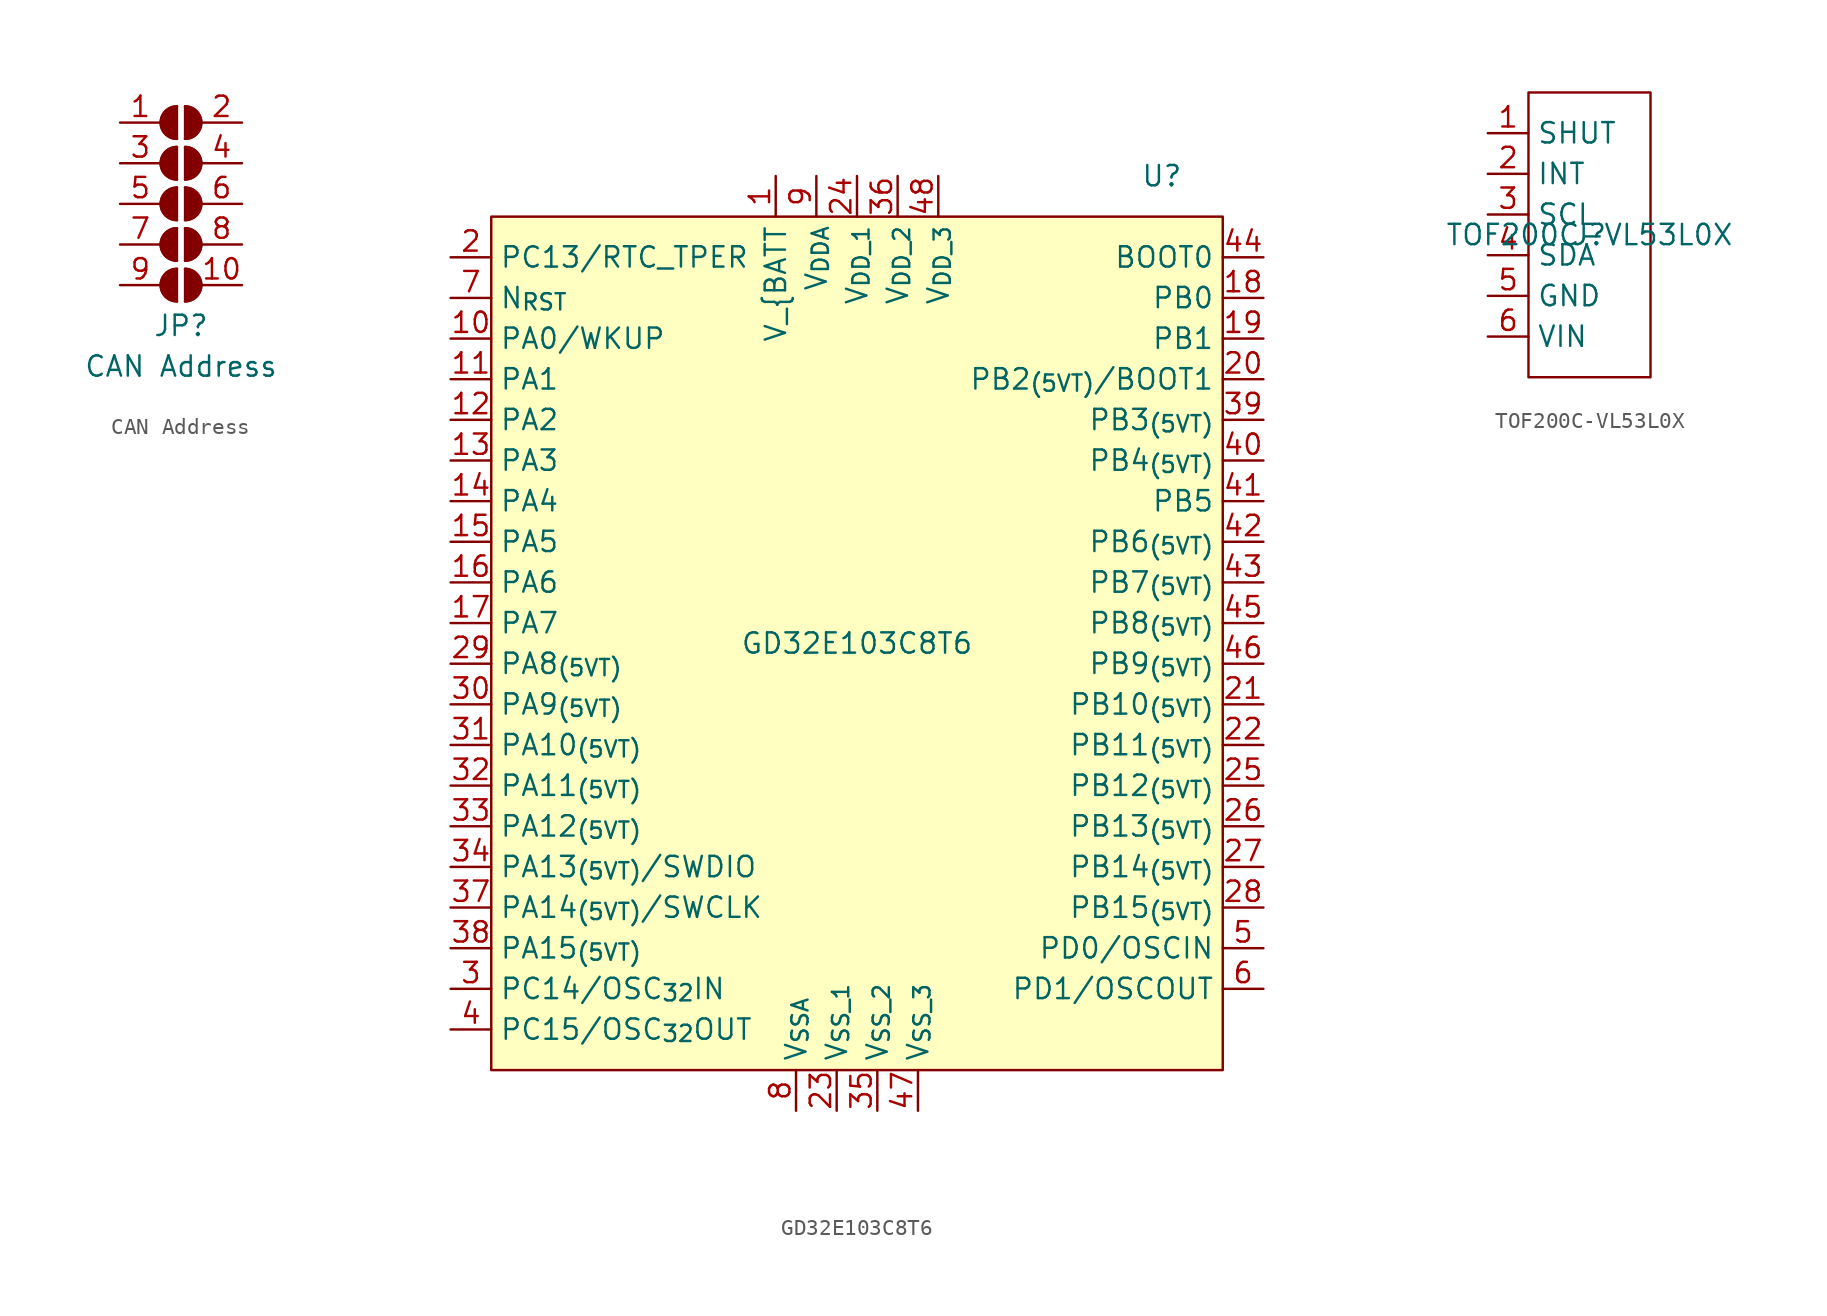
<source format=kicad_sym>
(kicad_symbol_lib
  (version 20211014)
  (generator kicad_symbol_editor)
  (symbol "CAN Address"
    (pin_names
      (offset 0) hide)
    (property "Reference" "JP"
      (at 0 -2.54 0)
      (effects (font (size 1.27 1.27))))
    (property "Value" "CAN Address"
      (at 0 -5.08 0)
      (effects (font (size 1.27 1.27))))
    (symbol "CAN Address_0_1"
      (arc (start -0.254 1.016) (mid -1.27 0) (end -0.254 -1.016) (stroke (width 0) (type default) (color 0 0 0 0)) (fill (type none)))
      (arc (start -0.254 1.016) (mid -1.27 0) (end -0.254 -1.016) (stroke (width 0) (type default) (color 0 0 0 0)) (fill (type outline)))
      (arc (start -0.254 3.556) (mid -1.27 2.54) (end -0.254 1.524) (stroke (width 0) (type default) (color 0 0 0 0)) (fill (type none)))
      (arc (start -0.254 3.556) (mid -1.27 2.54) (end -0.254 1.524) (stroke (width 0) (type default) (color 0 0 0 0)) (fill (type outline)))
      (arc (start -0.254 6.096) (mid -1.27 5.08) (end -0.254 4.064) (stroke (width 0) (type default) (color 0 0 0 0)) (fill (type none)))
      (arc (start -0.254 6.096) (mid -1.27 5.08) (end -0.254 4.064) (stroke (width 0) (type default) (color 0 0 0 0)) (fill (type outline)))
      (arc (start -0.254 8.636) (mid -1.27 7.62) (end -0.254 6.604) (stroke (width 0) (type default) (color 0 0 0 0)) (fill (type none)))
      (arc (start -0.254 8.636) (mid -1.27 7.62) (end -0.254 6.604) (stroke (width 0) (type default) (color 0 0 0 0)) (fill (type outline)))
      (arc (start -0.254 11.176) (mid -1.27 10.16) (end -0.254 9.144) (stroke (width 0) (type default) (color 0 0 0 0)) (fill (type none)))
      (arc (start -0.254 11.176) (mid -1.27 10.16) (end -0.254 9.144) (stroke (width 0) (type default) (color 0 0 0 0)) (fill (type outline)))
      (polyline (pts (xy -0.254 1.016) (xy -0.254 -1.016)) (stroke (width 0) (type default) (color 0 0 0 0)) (fill (type none)))
      (polyline (pts (xy -0.254 3.556) (xy -0.254 1.524)) (stroke (width 0) (type default) (color 0 0 0 0)) (fill (type none)))
      (polyline (pts (xy -0.254 6.096) (xy -0.254 4.064)) (stroke (width 0) (type default) (color 0 0 0 0)) (fill (type none)))
      (polyline (pts (xy -0.254 8.636) (xy -0.254 6.604)) (stroke (width 0) (type default) (color 0 0 0 0)) (fill (type none)))
      (polyline (pts (xy -0.254 11.176) (xy -0.254 9.144)) (stroke (width 0) (type default) (color 0 0 0 0)) (fill (type none)))
      (polyline (pts (xy 0.254 1.016) (xy 0.254 -1.016)) (stroke (width 0) (type default) (color 0 0 0 0)) (fill (type none)))
      (polyline (pts (xy 0.254 3.556) (xy 0.254 1.524)) (stroke (width 0) (type default) (color 0 0 0 0)) (fill (type none)))
      (polyline (pts (xy 0.254 6.096) (xy 0.254 4.064)) (stroke (width 0) (type default) (color 0 0 0 0)) (fill (type none)))
      (polyline (pts (xy 0.254 8.636) (xy 0.254 6.604)) (stroke (width 0) (type default) (color 0 0 0 0)) (fill (type none)))
      (polyline (pts (xy 0.254 11.176) (xy 0.254 9.144)) (stroke (width 0) (type default) (color 0 0 0 0)) (fill (type none)))
      (arc (start 0.254 -1.016) (mid 1.27 0) (end 0.254 1.016) (stroke (width 0) (type default) (color 0 0 0 0)) (fill (type none)))
      (arc (start 0.254 -1.016) (mid 1.27 0) (end 0.254 1.016) (stroke (width 0) (type default) (color 0 0 0 0)) (fill (type outline)))
      (arc (start 0.254 1.524) (mid 1.27 2.54) (end 0.254 3.556) (stroke (width 0) (type default) (color 0 0 0 0)) (fill (type none)))
      (arc (start 0.254 1.524) (mid 1.27 2.54) (end 0.254 3.556) (stroke (width 0) (type default) (color 0 0 0 0)) (fill (type outline)))
      (arc (start 0.254 4.064) (mid 1.27 5.08) (end 0.254 6.096) (stroke (width 0) (type default) (color 0 0 0 0)) (fill (type none)))
      (arc (start 0.254 4.064) (mid 1.27 5.08) (end 0.254 6.096) (stroke (width 0) (type default) (color 0 0 0 0)) (fill (type outline)))
      (arc (start 0.254 6.604) (mid 1.27 7.62) (end 0.254 8.636) (stroke (width 0) (type default) (color 0 0 0 0)) (fill (type none)))
      (arc (start 0.254 6.604) (mid 1.27 7.62) (end 0.254 8.636) (stroke (width 0) (type default) (color 0 0 0 0)) (fill (type outline)))
      (arc (start 0.254 9.144) (mid 1.27 10.16) (end 0.254 11.176) (stroke (width 0) (type default) (color 0 0 0 0)) (fill (type none)))
      (arc (start 0.254 9.144) (mid 1.27 10.16) (end 0.254 11.176) (stroke (width 0) (type default) (color 0 0 0 0)) (fill (type outline))))
    (symbol "CAN Address_1_1"
      (pin passive line (at -3.81 10.16 0) (length 2.54) (name "A" (effects (font (size 1.27 1.27)))) (number "1" (effects (font (size 1.27 1.27)))))
      (pin passive line (at 3.81 0 180) (length 2.54) (name "B" (effects (font (size 1.27 1.27)))) (number "10" (effects (font (size 1.27 1.27)))))
      (pin passive line (at 3.81 10.16 180) (length 2.54) (name "B" (effects (font (size 1.27 1.27)))) (number "2" (effects (font (size 1.27 1.27)))))
      (pin passive line (at -3.81 7.62 0) (length 2.54) (name "A" (effects (font (size 1.27 1.27)))) (number "3" (effects (font (size 1.27 1.27)))))
      (pin passive line (at 3.81 7.62 180) (length 2.54) (name "B" (effects (font (size 1.27 1.27)))) (number "4" (effects (font (size 1.27 1.27)))))
      (pin passive line (at -3.81 5.08 0) (length 2.54) (name "A" (effects (font (size 1.27 1.27)))) (number "5" (effects (font (size 1.27 1.27)))))
      (pin passive line (at 3.81 5.08 180) (length 2.54) (name "B" (effects (font (size 1.27 1.27)))) (number "6" (effects (font (size 1.27 1.27)))))
      (pin passive line (at -3.81 2.54 0) (length 2.54) (name "A" (effects (font (size 1.27 1.27)))) (number "7" (effects (font (size 1.27 1.27)))))
      (pin passive line (at 3.81 2.54 180) (length 2.54) (name "B" (effects (font (size 1.27 1.27)))) (number "8" (effects (font (size 1.27 1.27)))))
      (pin passive line (at -3.81 0 0) (length 2.54) (name "A" (effects (font (size 1.27 1.27)))) (number "9" (effects (font (size 1.27 1.27)))))))
  (symbol "GD32E103C8T6"
    (property "Reference" "U"
      (at 19.05 29.21 0)
      (effects (font (size 1.27 1.27))))
    (property "Value" "GD32E103C8T6"
      (at 0 0 0)
      (effects (font (size 1.27 1.27))))
    (symbol "GD32E103C8T6_0_1"
      (rectangle (start -22.86 26.67) (end 22.86 -26.67) (stroke (width 0) (type default) (color 0 0 0 0)) (fill (type background))))
    (symbol "GD32E103C8T6_1_1"
      (pin power_in line (at -5.08 29.21 270) (length 2.54) (name "V_{BATT" (effects (font (size 1.27 1.27)))) (number "1" (effects (font (size 1.27 1.27)))))
      (pin bidirectional line (at -25.4 19.05 0) (length 2.54) (name "PA0/WKUP" (effects (font (size 1.27 1.27)))) (number "10" (effects (font (size 1.27 1.27)))))
      (pin bidirectional line (at -25.4 16.51 0) (length 2.54) (name "PA1" (effects (font (size 1.27 1.27)))) (number "11" (effects (font (size 1.27 1.27)))))
      (pin bidirectional line (at -25.4 13.97 0) (length 2.54) (name "PA2" (effects (font (size 1.27 1.27)))) (number "12" (effects (font (size 1.27 1.27)))))
      (pin bidirectional line (at -25.4 11.43 0) (length 2.54) (name "PA3" (effects (font (size 1.27 1.27)))) (number "13" (effects (font (size 1.27 1.27)))))
      (pin bidirectional line (at -25.4 8.89 0) (length 2.54) (name "PA4" (effects (font (size 1.27 1.27)))) (number "14" (effects (font (size 1.27 1.27)))))
      (pin bidirectional line (at -25.4 6.35 0) (length 2.54) (name "PA5" (effects (font (size 1.27 1.27)))) (number "15" (effects (font (size 1.27 1.27)))))
      (pin bidirectional line (at -25.4 3.81 0) (length 2.54) (name "PA6" (effects (font (size 1.27 1.27)))) (number "16" (effects (font (size 1.27 1.27)))))
      (pin bidirectional line (at -25.4 1.27 0) (length 2.54) (name "PA7" (effects (font (size 1.27 1.27)))) (number "17" (effects (font (size 1.27 1.27)))))
      (pin bidirectional line (at 25.4 21.59 180) (length 2.54) (name "PB0" (effects (font (size 1.27 1.27)))) (number "18" (effects (font (size 1.27 1.27)))))
      (pin bidirectional line (at 25.4 19.05 180) (length 2.54) (name "PB1" (effects (font (size 1.27 1.27)))) (number "19" (effects (font (size 1.27 1.27)))))
      (pin bidirectional line (at -25.4 24.13 0) (length 2.54) (name "PC13/RTC_TPER" (effects (font (size 1.27 1.27)))) (number "2" (effects (font (size 1.27 1.27)))))
      (pin bidirectional line (at 25.4 16.51 180) (length 2.54) (name "PB2_{(5VT)}/BOOT1" (effects (font (size 1.27 1.27)))) (number "20" (effects (font (size 1.27 1.27)))))
      (pin bidirectional line (at 25.4 -3.81 180) (length 2.54) (name "PB10_{(5VT)}" (effects (font (size 1.27 1.27)))) (number "21" (effects (font (size 1.27 1.27)))))
      (pin bidirectional line (at 25.4 -6.35 180) (length 2.54) (name "PB11_{(5VT)}" (effects (font (size 1.27 1.27)))) (number "22" (effects (font (size 1.27 1.27)))))
      (pin power_in line (at -1.27 -29.21 90) (length 2.54) (name "V_{SS_1}" (effects (font (size 1.27 1.27)))) (number "23" (effects (font (size 1.27 1.27)))))
      (pin power_in line (at 0 29.21 270) (length 2.54) (name "V_{DD_1}" (effects (font (size 1.27 1.27)))) (number "24" (effects (font (size 1.27 1.27)))))
      (pin bidirectional line (at 25.4 -8.89 180) (length 2.54) (name "PB12_{(5VT)}" (effects (font (size 1.27 1.27)))) (number "25" (effects (font (size 1.27 1.27)))))
      (pin bidirectional line (at 25.4 -11.43 180) (length 2.54) (name "PB13_{(5VT)}" (effects (font (size 1.27 1.27)))) (number "26" (effects (font (size 1.27 1.27)))))
      (pin bidirectional line (at 25.4 -13.97 180) (length 2.54) (name "PB14_{(5VT)}" (effects (font (size 1.27 1.27)))) (number "27" (effects (font (size 1.27 1.27)))))
      (pin bidirectional line (at 25.4 -16.51 180) (length 2.54) (name "PB15_{(5VT)}" (effects (font (size 1.27 1.27)))) (number "28" (effects (font (size 1.27 1.27)))))
      (pin bidirectional line (at -25.4 -1.27 0) (length 2.54) (name "PA8_{(5VT)}" (effects (font (size 1.27 1.27)))) (number "29" (effects (font (size 1.27 1.27)))))
      (pin bidirectional line (at -25.4 -21.59 0) (length 2.54) (name "PC14/OSC_{32}IN" (effects (font (size 1.27 1.27)))) (number "3" (effects (font (size 1.27 1.27)))))
      (pin bidirectional line (at -25.4 -3.81 0) (length 2.54) (name "PA9_{(5VT)}" (effects (font (size 1.27 1.27)))) (number "30" (effects (font (size 1.27 1.27)))))
      (pin bidirectional line (at -25.4 -6.35 0) (length 2.54) (name "PA10_{(5VT)}" (effects (font (size 1.27 1.27)))) (number "31" (effects (font (size 1.27 1.27)))))
      (pin bidirectional line (at -25.4 -8.89 0) (length 2.54) (name "PA11_{(5VT)}" (effects (font (size 1.27 1.27)))) (number "32" (effects (font (size 1.27 1.27)))))
      (pin bidirectional line (at -25.4 -11.43 0) (length 2.54) (name "PA12_{(5VT)}" (effects (font (size 1.27 1.27)))) (number "33" (effects (font (size 1.27 1.27)))))
      (pin bidirectional line (at -25.4 -13.97 0) (length 2.54) (name "PA13_{(5VT)}/SWDIO" (effects (font (size 1.27 1.27)))) (number "34" (effects (font (size 1.27 1.27)))))
      (pin power_in line (at 1.27 -29.21 90) (length 2.54) (name "V_{SS_2}" (effects (font (size 1.27 1.27)))) (number "35" (effects (font (size 1.27 1.27)))))
      (pin power_in line (at 2.54 29.21 270) (length 2.54) (name "V_{DD_2}" (effects (font (size 1.27 1.27)))) (number "36" (effects (font (size 1.27 1.27)))))
      (pin bidirectional line (at -25.4 -16.51 0) (length 2.54) (name "PA14_{(5VT)}/SWCLK" (effects (font (size 1.27 1.27)))) (number "37" (effects (font (size 1.27 1.27)))))
      (pin bidirectional line (at -25.4 -19.05 0) (length 2.54) (name "PA15_{(5VT)}" (effects (font (size 1.27 1.27)))) (number "38" (effects (font (size 1.27 1.27)))))
      (pin bidirectional line (at 25.4 13.97 180) (length 2.54) (name "PB3_{(5VT)}" (effects (font (size 1.27 1.27)))) (number "39" (effects (font (size 1.27 1.27)))))
      (pin bidirectional line (at -25.4 -24.13 0) (length 2.54) (name "PC15/OSC_{32}OUT" (effects (font (size 1.27 1.27)))) (number "4" (effects (font (size 1.27 1.27)))))
      (pin bidirectional line (at 25.4 11.43 180) (length 2.54) (name "PB4_{(5VT)}" (effects (font (size 1.27 1.27)))) (number "40" (effects (font (size 1.27 1.27)))))
      (pin bidirectional line (at 25.4 8.89 180) (length 2.54) (name "PB5" (effects (font (size 1.27 1.27)))) (number "41" (effects (font (size 1.27 1.27)))))
      (pin bidirectional line (at 25.4 6.35 180) (length 2.54) (name "PB6_{(5VT)}" (effects (font (size 1.27 1.27)))) (number "42" (effects (font (size 1.27 1.27)))))
      (pin bidirectional line (at 25.4 3.81 180) (length 2.54) (name "PB7_{(5VT)}" (effects (font (size 1.27 1.27)))) (number "43" (effects (font (size 1.27 1.27)))))
      (pin input line (at 25.4 24.13 180) (length 2.54) (name "BOOT0" (effects (font (size 1.27 1.27)))) (number "44" (effects (font (size 1.27 1.27)))))
      (pin bidirectional line (at 25.4 1.27 180) (length 2.54) (name "PB8_{(5VT)}" (effects (font (size 1.27 1.27)))) (number "45" (effects (font (size 1.27 1.27)))))
      (pin bidirectional line (at 25.4 -1.27 180) (length 2.54) (name "PB9_{(5VT)}" (effects (font (size 1.27 1.27)))) (number "46" (effects (font (size 1.27 1.27)))))
      (pin input line (at 3.81 -29.21 90) (length 2.54) (name "V_{SS_3}" (effects (font (size 1.27 1.27)))) (number "47" (effects (font (size 1.27 1.27)))))
      (pin input line (at 5.08 29.21 270) (length 2.54) (name "V_{DD_3}" (effects (font (size 1.27 1.27)))) (number "48" (effects (font (size 1.27 1.27)))))
      (pin input line (at 25.4 -19.05 180) (length 2.54) (name "PD0/OSCIN" (effects (font (size 1.27 1.27)))) (number "5" (effects (font (size 1.27 1.27)))))
      (pin output line (at 25.4 -21.59 180) (length 2.54) (name "PD1/OSCOUT" (effects (font (size 1.27 1.27)))) (number "6" (effects (font (size 1.27 1.27)))))
      (pin bidirectional line (at -25.4 21.59 0) (length 2.54) (name "N_{RST}" (effects (font (size 1.27 1.27)))) (number "7" (effects (font (size 1.27 1.27)))))
      (pin power_in line (at -3.81 -29.21 90) (length 2.54) (name "V_{SSA}" (effects (font (size 1.27 1.27)))) (number "8" (effects (font (size 1.27 1.27)))))
      (pin power_in line (at -2.54 29.21 270) (length 2.54) (name "V_{DDA}" (effects (font (size 1.27 1.27)))) (number "9" (effects (font (size 1.27 1.27)))))))
  (symbol "TOF200C-VL53L0X"
    (property "Reference" "J"
      (at 0 0 0)
      (effects (font (size 1.27 1.27))))
    (property "Value" "TOF200C-VL53L0X"
      (at 0 0 0)
      (effects (font (size 1.27 1.27))))
    (symbol "TOF200C-VL53L0X_0_1"
      (rectangle (start -3.81 8.89) (end 3.81 -8.89) (stroke (width 0) (type default) (color 0 0 0 0)) (fill (type none))))
    (symbol "TOF200C-VL53L0X_1_1"
      (pin input line (at -6.35 6.35 0) (length 2.54) (name "SHUT" (effects (font (size 1.27 1.27)))) (number "1" (effects (font (size 1.27 1.27)))))
      (pin output line (at -6.35 3.81 0) (length 2.54) (name "INT" (effects (font (size 1.27 1.27)))) (number "2" (effects (font (size 1.27 1.27)))))
      (pin open_collector line (at -6.35 1.27 0) (length 2.54) (name "SCL" (effects (font (size 1.27 1.27)))) (number "3" (effects (font (size 1.27 1.27)))))
      (pin open_collector line (at -6.35 -1.27 0) (length 2.54) (name "SDA" (effects (font (size 1.27 1.27)))) (number "4" (effects (font (size 1.27 1.27)))))
      (pin power_in line (at -6.35 -3.81 0) (length 2.54) (name "GND" (effects (font (size 1.27 1.27)))) (number "5" (effects (font (size 1.27 1.27)))))
      (pin power_in line (at -6.35 -6.35 0) (length 2.54) (name "VIN" (effects (font (size 1.27 1.27)))) (number "6" (effects (font (size 1.27 1.27))))))))
</source>
